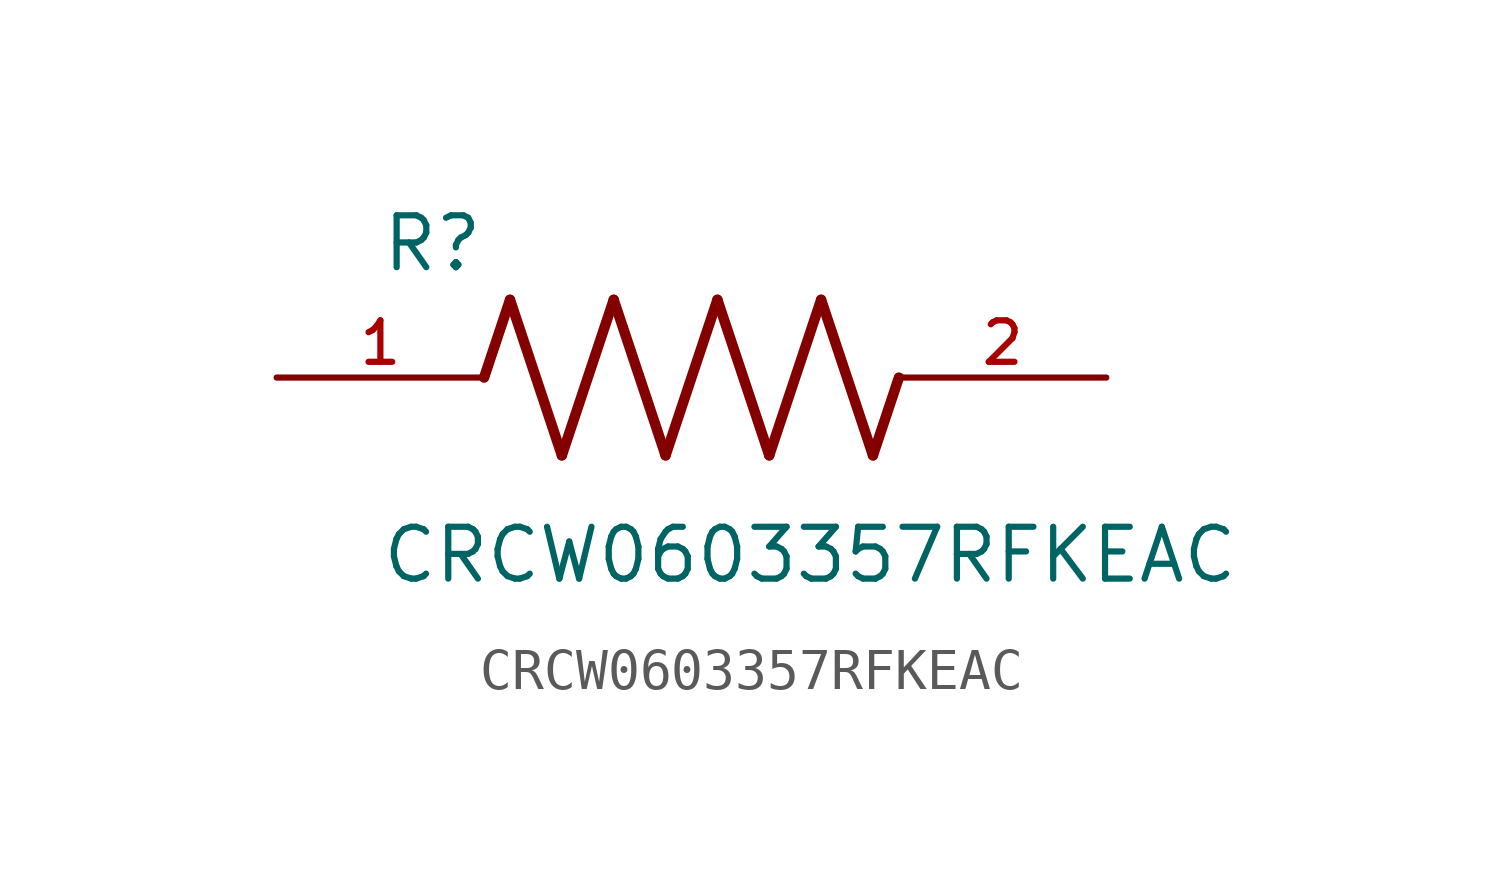
<source format=kicad_sym>
(kicad_symbol_lib
  (version 20211014)
  (generator kicad_symbol_editor)
  (symbol "CRCW0603357RFKEAC"
    (pin_names
      (offset 1.016))
    (property "Reference" "R"
      (at -7.624 2.541 0)
      (effects (font (size 1.27 1.27)) (justify bottom left)))
    (property "Value" "CRCW0603357RFKEAC"
      (at -7.63 -5.087 0)
      (effects (font (size 1.27 1.27)) (justify bottom left)))
    (symbol "CRCW0603357RFKEAC_0_0"
      (polyline (pts (xy -5.08 0.0) (xy -4.445 1.905)) (stroke (width 0.254)))
      (polyline (pts (xy -4.445 1.905) (xy -3.175 -1.905)) (stroke (width 0.254)))
      (polyline (pts (xy -3.175 -1.905) (xy -1.905 1.905)) (stroke (width 0.254)))
      (polyline (pts (xy -1.905 1.905) (xy -0.635 -1.905)) (stroke (width 0.254)))
      (polyline (pts (xy -0.635 -1.905) (xy 0.635 1.905)) (stroke (width 0.254)))
      (polyline (pts (xy 0.635 1.905) (xy 1.905 -1.905)) (stroke (width 0.254)))
      (polyline (pts (xy 1.905 -1.905) (xy 3.175 1.905)) (stroke (width 0.254)))
      (polyline (pts (xy 3.175 1.905) (xy 4.445 -1.905)) (stroke (width 0.254)))
      (polyline (pts (xy 4.445 -1.905) (xy 5.08 0.0)) (stroke (width 0.254)))
      (pin passive line (at -10.16 0.0 0) (length 5.08) (name "~" (effects (font (size 1.016 1.016)))) (number "1" (effects (font (size 1.016 1.016)))))
      (pin passive line (at 10.16 0.0 180.0) (length 5.08) (name "~" (effects (font (size 1.016 1.016)))) (number "2" (effects (font (size 1.016 1.016))))))))
</source>
